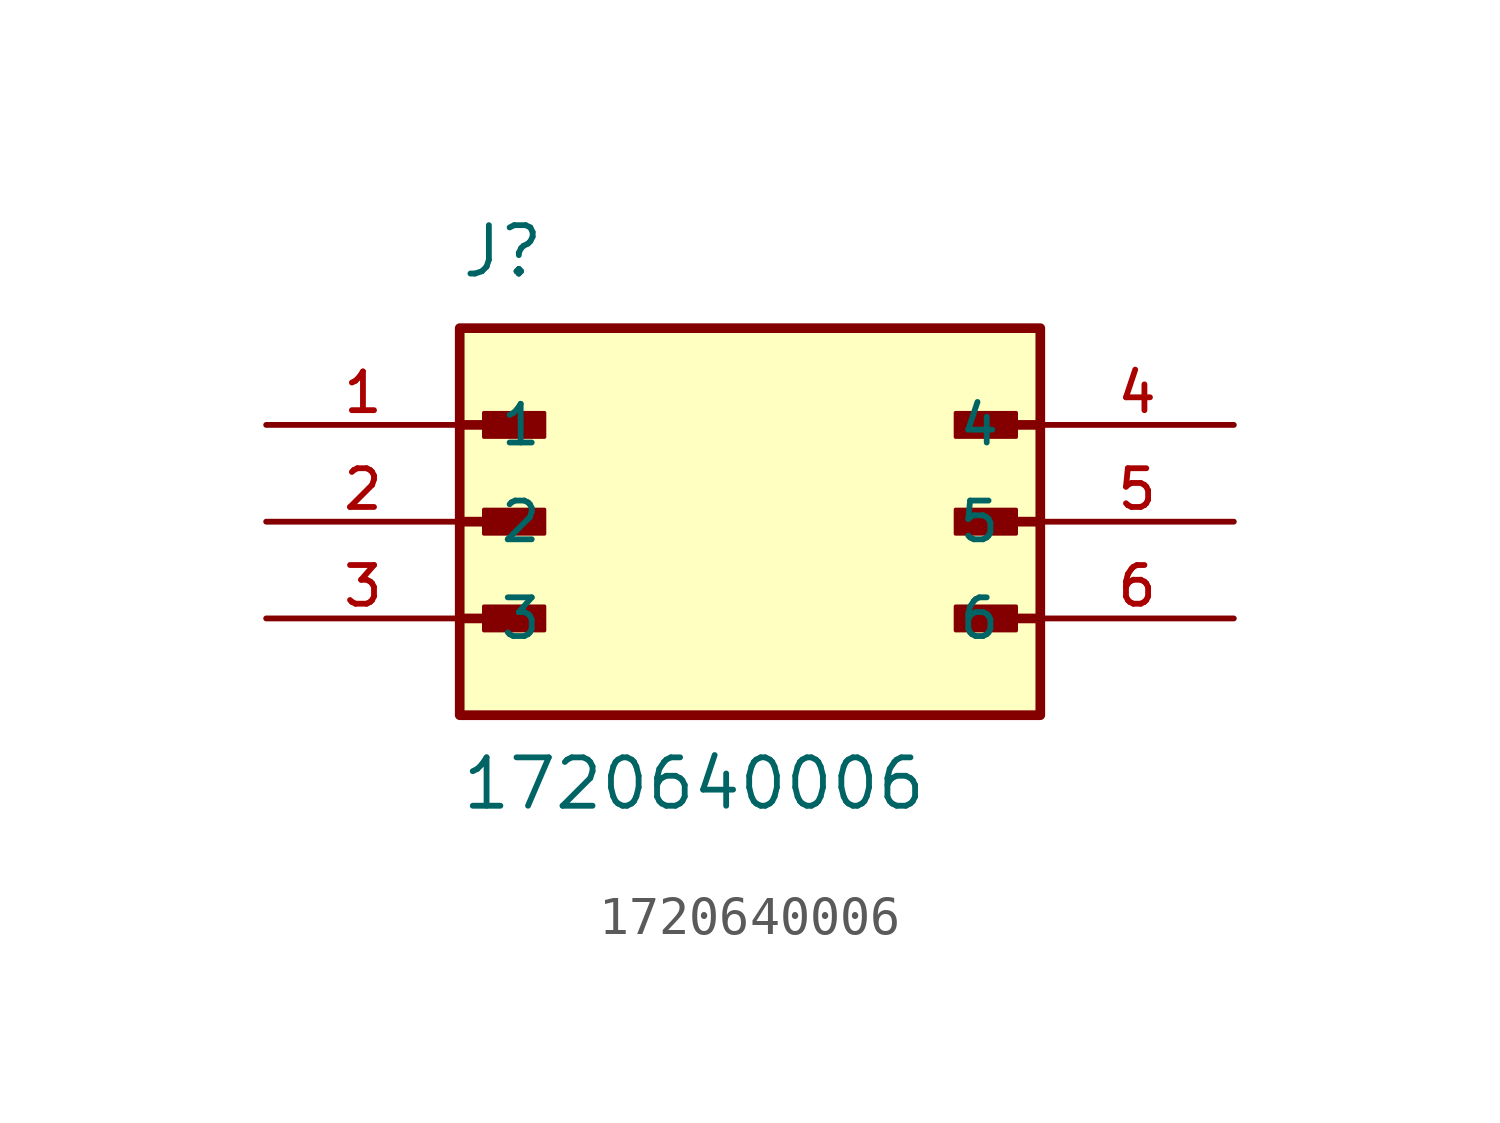
<source format=kicad_sym>
(kicad_symbol_lib
  (version 20211014)
  (generator kicad_symbol_editor)
  (symbol "1720640006"
    (pin_names
      (offset 1.016))
    (property "Reference" "J"
      (at -7.62 6.35 0)
      (effects (font (size 1.27 1.27)) (justify bottom left)))
    (property "Value" "1720640006"
      (at -7.62 -7.62 0)
      (effects (font (size 1.27 1.27)) (justify bottom left)))
    (symbol "1720640006_0_0"
      (polyline (pts (xy -7.62 2.54) (xy -5.715 2.54)) (stroke (width 0.254)))
      (rectangle (start -6.985 2.223) (end -5.397 2.857) (stroke (width 0.1)) (fill (type outline)))
      (polyline (pts (xy -7.62 0.0) (xy -5.715 0.0)) (stroke (width 0.254)))
      (rectangle (start -6.985 -0.318) (end -5.397 0.318) (stroke (width 0.1)) (fill (type outline)))
      (polyline (pts (xy -7.62 -2.54) (xy -5.715 -2.54)) (stroke (width 0.254)))
      (rectangle (start -6.985 -2.857) (end -5.397 -2.223) (stroke (width 0.1)) (fill (type outline)))
      (polyline (pts (xy 7.62 -2.54) (xy 5.715 -2.54)) (stroke (width 0.254)))
      (rectangle (start 5.397 -2.857) (end 6.985 -2.223) (stroke (width 0.1)) (fill (type outline)))
      (polyline (pts (xy 7.62 0.0) (xy 5.715 0.0)) (stroke (width 0.254)))
      (rectangle (start 5.397 -0.318) (end 6.985 0.318) (stroke (width 0.1)) (fill (type outline)))
      (polyline (pts (xy 7.62 2.54) (xy 5.715 2.54)) (stroke (width 0.254)))
      (rectangle (start 5.397 2.223) (end 6.985 2.857) (stroke (width 0.1)) (fill (type outline)))
      (rectangle (start -7.62 -5.08) (end 7.62 5.08) (stroke (width 0.254)) (fill (type background)))
      (pin passive line (at -12.7 2.54 0) (length 5.08) (name "1" (effects (font (size 1.016 1.016)))) (number "1" (effects (font (size 1.016 1.016)))))
      (pin passive line (at -12.7 0.0 0) (length 5.08) (name "2" (effects (font (size 1.016 1.016)))) (number "2" (effects (font (size 1.016 1.016)))))
      (pin passive line (at -12.7 -2.54 0) (length 5.08) (name "3" (effects (font (size 1.016 1.016)))) (number "3" (effects (font (size 1.016 1.016)))))
      (pin passive line (at 12.7 2.54 180.0) (length 5.08) (name "4" (effects (font (size 1.016 1.016)))) (number "4" (effects (font (size 1.016 1.016)))))
      (pin passive line (at 12.7 0.0 180.0) (length 5.08) (name "5" (effects (font (size 1.016 1.016)))) (number "5" (effects (font (size 1.016 1.016)))))
      (pin passive line (at 12.7 -2.54 180.0) (length 5.08) (name "6" (effects (font (size 1.016 1.016)))) (number "6" (effects (font (size 1.016 1.016))))))))
</source>
